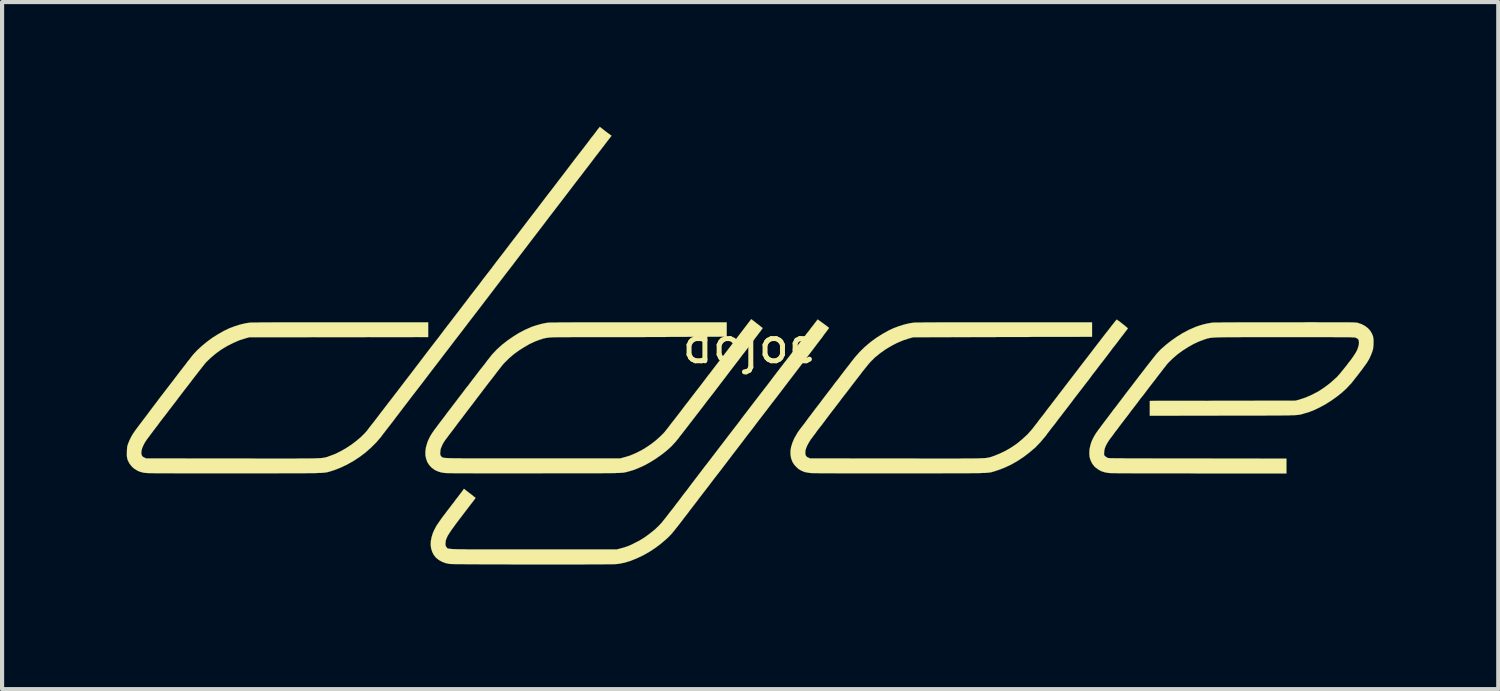
<source format=kicad_pcb>
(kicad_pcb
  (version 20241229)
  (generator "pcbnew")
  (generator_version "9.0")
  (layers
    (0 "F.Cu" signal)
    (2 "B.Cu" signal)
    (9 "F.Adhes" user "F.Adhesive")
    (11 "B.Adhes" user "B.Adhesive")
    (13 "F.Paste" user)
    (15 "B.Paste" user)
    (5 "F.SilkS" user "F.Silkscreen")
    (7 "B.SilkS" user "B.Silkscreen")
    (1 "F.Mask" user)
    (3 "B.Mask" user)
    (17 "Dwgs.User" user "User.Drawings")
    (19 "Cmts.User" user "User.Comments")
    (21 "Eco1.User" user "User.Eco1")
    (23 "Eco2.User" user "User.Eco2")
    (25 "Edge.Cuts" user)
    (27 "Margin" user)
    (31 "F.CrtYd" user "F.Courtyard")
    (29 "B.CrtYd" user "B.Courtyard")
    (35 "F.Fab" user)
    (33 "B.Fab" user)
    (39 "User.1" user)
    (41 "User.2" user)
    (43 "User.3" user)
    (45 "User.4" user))
  (footprint "dojoe"
    (layer "F.Cu")
    (at 14.997 5.267)
    (property "Reference" "dojoe" (at 0 0 0) (layer "F.SilkS") (effects (font (size 0.8 0.8) (thickness 0.12))))
    (attr exclude_from_pos_files exclude_from_bom)
    (fp_poly (pts (xy 1.902 -0.427) (xy 1.897 -0.419) (xy 1.882 -0.399) (xy 1.859 -0.366) (xy 1.826 -0.323) (xy 1.783 -0.267) (xy 1.735 -0.198) (xy 1.676 -0.122) (xy 1.61 -0.036) (xy 1.537 0.061) (xy 1.458 0.165) (xy 1.372 0.277) (xy 1.28 0.399) (xy 1.184 0.526) (xy 1.082 0.66) (xy 0.975 0.8) (xy 0.864 0.945) (xy 0.749 1.097) (xy 0.63 1.252) (xy 0.508 1.41) (xy 0.429 1.514) (xy 0.302 1.679) (xy 0.175 1.844) (xy 0.051 2.009) (xy -0.074 2.169) (xy -0.193 2.327) (xy -0.312 2.482) (xy -0.427 2.631) (xy -0.536 2.776) (xy -0.643 2.916) (xy -0.744 3.048) (xy -0.841 3.172) (xy -0.93 3.289) (xy -1.013 3.399) (xy -1.09 3.498) (xy -1.158 3.586) (xy -1.219 3.665) (xy -1.27 3.734) (xy -1.313 3.79) (xy -1.346 3.833) (xy -1.351 3.84) (xy -1.438 3.952) (xy -1.514 4.054) (xy -1.582 4.14) (xy -1.641 4.219) (xy -1.694 4.288) (xy -1.74 4.346) (xy -1.781 4.397) (xy -1.814 4.44) (xy -1.847 4.478) (xy -1.872 4.511) (xy -1.897 4.539) (xy -1.92 4.562) (xy -1.941 4.585) (xy -1.961 4.605) (xy -1.981 4.625) (xy -2.002 4.643) (xy -2.027 4.666) (xy -2.159 4.778) (xy -2.296 4.879) (xy -2.438 4.971) (xy -2.581 5.05) (xy -2.725 5.118) (xy -2.87 5.177) (xy -3.01 5.22) (xy -3.145 5.248) (xy -3.211 5.255) (xy -3.231 5.258) (xy -3.266 5.258) (xy -3.317 5.26) (xy -3.381 5.26) (xy -3.459 5.26) (xy -3.548 5.263) (xy -3.65 5.263) (xy -3.762 5.263) (xy -3.884 5.263) (xy -4.013 5.265) (xy -4.15 5.265) (xy -4.293 5.265) (xy -4.442 5.265) (xy -4.597 5.265) (xy -4.755 5.265) (xy -4.915 5.265) (xy -5.075 5.265) (xy -5.237 5.265) (xy -5.4 5.265) (xy -5.563 5.265) (xy -5.723 5.265) (xy -5.878 5.263) (xy -6.032 5.263) (xy -6.18 5.263) (xy -6.322 5.263) (xy -6.457 5.263) (xy -6.584 5.26) (xy -6.703 5.26) (xy -6.812 5.26) (xy -6.911 5.258) (xy -6.998 5.258) (xy -7.074 5.258) (xy -7.135 5.255) (xy -7.183 5.255) (xy -7.214 5.253) (xy -7.229 5.253) (xy -7.328 5.232) (xy -7.414 5.199) (xy -7.49 5.156) (xy -7.556 5.103) (xy -7.607 5.039) (xy -7.645 4.968) (xy -7.671 4.887) (xy -7.684 4.803) (xy -7.681 4.709) (xy -7.663 4.613) (xy -7.633 4.514) (xy -7.592 4.422) (xy -7.574 4.389) (xy -7.556 4.354) (xy -7.534 4.318) (xy -7.506 4.277) (xy -7.475 4.232) (xy -7.437 4.178) (xy -7.394 4.117) (xy -7.341 4.049) (xy -7.282 3.97) (xy -7.211 3.879) (xy -7.181 3.838) (xy -7.127 3.769) (xy -7.079 3.703) (xy -7.033 3.645) (xy -6.993 3.592) (xy -6.957 3.546) (xy -6.929 3.508) (xy -6.909 3.482) (xy -6.899 3.467) (xy -6.899 3.465) (xy -6.883 3.444) (xy -6.838 3.48) (xy -6.815 3.498) (xy -6.782 3.523) (xy -6.744 3.553) (xy -6.703 3.584) (xy -6.698 3.586) (xy -6.665 3.614) (xy -6.637 3.637) (xy -6.614 3.653) (xy -6.604 3.663) (xy -6.609 3.67) (xy -6.622 3.691) (xy -6.645 3.721) (xy -6.675 3.762) (xy -6.713 3.81) (xy -6.756 3.866) (xy -6.802 3.927) (xy -6.853 3.993) (xy -6.868 4.013) (xy -6.949 4.12) (xy -7.021 4.214) (xy -7.082 4.295) (xy -7.135 4.369) (xy -7.181 4.432) (xy -7.219 4.488) (xy -7.249 4.536) (xy -7.275 4.577) (xy -7.292 4.615) (xy -7.308 4.651) (xy -7.318 4.681) (xy -7.323 4.712) (xy -7.325 4.74) (xy -7.328 4.77) (xy -7.328 4.773) (xy -7.325 4.803) (xy -7.32 4.823) (xy -7.308 4.844) (xy -7.303 4.851) (xy -7.297 4.856) (xy -7.292 4.862) (xy -7.29 4.867) (xy -7.285 4.872) (xy -7.28 4.874) (xy -7.272 4.879) (xy -7.264 4.882) (xy -7.252 4.884) (xy -7.234 4.887) (xy -7.214 4.889) (xy -7.188 4.892) (xy -7.155 4.895) (xy -7.117 4.897) (xy -7.074 4.897) (xy -7.021 4.9) (xy -6.96 4.9) (xy -6.891 4.9) (xy -6.812 4.902) (xy -6.723 4.902) (xy -6.622 4.902) (xy -6.513 4.902) (xy -6.388 4.902) (xy -6.251 4.902) (xy -6.101 4.902) (xy -5.939 4.902) (xy -5.761 4.902) (xy -5.568 4.902) (xy -5.357 4.902) (xy -5.197 4.902) (xy -3.2 4.902) (xy -3.114 4.879) (xy -3.038 4.859) (xy -2.969 4.836) (xy -2.903 4.811) (xy -2.835 4.78) (xy -2.791 4.757) (xy -2.657 4.689) (xy -2.527 4.608) (xy -2.403 4.516) (xy -2.286 4.422) (xy -2.184 4.323) (xy -2.123 4.257) (xy -2.103 4.232) (xy -2.075 4.196) (xy -2.037 4.15) (xy -1.994 4.094) (xy -1.948 4.034) (xy -1.895 3.967) (xy -1.841 3.899) (xy -1.788 3.828) (xy -1.781 3.818) (xy -1.699 3.713) (xy -1.615 3.599) (xy -1.521 3.48) (xy -1.427 3.353) (xy -1.326 3.221) (xy -1.222 3.084) (xy -1.113 2.941) (xy -1.001 2.797) (xy -0.886 2.647) (xy -0.77 2.494) (xy -0.65 2.339) (xy -0.531 2.182) (xy -0.409 2.024) (xy -0.287 1.867) (xy -0.168 1.707) (xy -0.046 1.549) (xy 0.074 1.392) (xy 0.193 1.237) (xy 0.31 1.085) (xy 0.427 0.935) (xy 0.538 0.787) (xy 0.648 0.643) (xy 0.754 0.505) (xy 0.856 0.373) (xy 0.955 0.246) (xy 1.046 0.124) (xy 1.135 0.01) (xy 1.217 -0.097) (xy 1.293 -0.196) (xy 1.361 -0.287) (xy 1.425 -0.366) (xy 1.478 -0.437) (xy 1.527 -0.498) (xy 1.565 -0.549) (xy 1.595 -0.587) (xy 1.615 -0.615) (xy 1.626 -0.627) (xy 1.628 -0.63) (xy 1.636 -0.625) (xy 1.654 -0.612) (xy 1.681 -0.592) (xy 1.714 -0.569) (xy 1.753 -0.541) (xy 1.791 -0.513) (xy 1.829 -0.485) (xy 1.862 -0.46) (xy 1.887 -0.439) (xy 1.902 -0.427)) (stroke (width 0.003) (type solid)) (fill yes) (layer "F.SilkS"))
    (fp_poly (pts (xy 9.091 -0.414) (xy 9.086 -0.404) (xy 9.068 -0.381) (xy 9.042 -0.348) (xy 9.007 -0.302) (xy 8.964 -0.246) (xy 8.915 -0.183) (xy 8.86 -0.109) (xy 8.796 -0.025) (xy 8.727 0.061) (xy 8.656 0.157) (xy 8.58 0.257) (xy 8.499 0.363) (xy 8.415 0.47) (xy 8.331 0.582) (xy 8.242 0.696) (xy 8.156 0.813) (xy 8.067 0.927) (xy 7.978 1.044) (xy 7.889 1.158) (xy 7.803 1.27) (xy 7.719 1.382) (xy 7.638 1.488) (xy 7.559 1.59) (xy 7.485 1.687) (xy 7.414 1.778) (xy 7.351 1.864) (xy 7.29 1.941) (xy 7.236 2.009) (xy 7.191 2.07) (xy 7.153 2.118) (xy 7.125 2.159) (xy 7.102 2.187) (xy 7.092 2.202) (xy 7.089 2.202) (xy 6.982 2.329) (xy 6.861 2.454) (xy 6.726 2.568) (xy 6.584 2.677) (xy 6.434 2.776) (xy 6.281 2.863) (xy 6.124 2.936) (xy 5.969 2.995) (xy 5.921 3.01) (xy 5.9 3.018) (xy 5.883 3.023) (xy 5.865 3.028) (xy 5.85 3.033) (xy 5.832 3.038) (xy 5.817 3.043) (xy 5.799 3.045) (xy 5.781 3.051) (xy 5.758 3.053) (xy 5.733 3.056) (xy 5.705 3.058) (xy 5.672 3.061) (xy 5.634 3.063) (xy 5.591 3.063) (xy 5.54 3.066) (xy 5.481 3.068) (xy 5.415 3.068) (xy 5.342 3.068) (xy 5.258 3.071) (xy 5.166 3.071) (xy 5.062 3.071) (xy 4.948 3.071) (xy 4.821 3.071) (xy 4.684 3.071) (xy 4.531 3.073) (xy 4.366 3.073) (xy 4.186 3.073) (xy 3.99 3.073) (xy 3.78 3.073) (xy 3.586 3.073) (xy 3.355 3.073) (xy 3.137 3.073) (xy 2.939 3.073) (xy 2.753 3.073) (xy 2.583 3.073) (xy 2.428 3.073) (xy 2.286 3.073) (xy 2.156 3.073) (xy 2.04 3.071) (xy 1.935 3.071) (xy 1.844 3.071) (xy 1.76 3.071) (xy 1.689 3.071) (xy 1.628 3.068) (xy 1.577 3.068) (xy 1.534 3.068) (xy 1.499 3.066) (xy 1.471 3.066) (xy 1.45 3.063) (xy 1.438 3.063) (xy 1.435 3.063) (xy 1.379 3.053) (xy 1.331 3.045) (xy 1.293 3.033) (xy 1.252 3.015) (xy 1.224 3.002) (xy 1.166 2.967) (xy 1.113 2.918) (xy 1.064 2.865) (xy 1.029 2.809) (xy 1.024 2.804) (xy 0.991 2.718) (xy 0.975 2.631) (xy 0.973 2.537) (xy 0.988 2.441) (xy 1.019 2.339) (xy 1.064 2.233) (xy 1.128 2.121) (xy 1.153 2.08) (xy 1.163 2.065) (xy 1.184 2.037) (xy 1.214 1.996) (xy 1.252 1.946) (xy 1.298 1.887) (xy 1.349 1.819) (xy 1.405 1.742) (xy 1.468 1.661) (xy 1.534 1.572) (xy 1.603 1.481) (xy 1.676 1.387) (xy 1.75 1.288) (xy 1.824 1.191) (xy 1.9 1.092) (xy 1.976 0.993) (xy 2.047 0.897) (xy 2.121 0.805) (xy 2.189 0.714) (xy 2.253 0.63) (xy 2.314 0.551) (xy 2.37 0.48) (xy 2.418 0.417) (xy 2.461 0.361) (xy 2.497 0.315) (xy 2.522 0.284) (xy 2.631 0.16) (xy 2.756 0.036) (xy 2.891 -0.079) (xy 3.035 -0.185) (xy 3.188 -0.282) (xy 3.343 -0.368) (xy 3.447 -0.417) (xy 3.579 -0.467) (xy 3.711 -0.508) (xy 3.838 -0.538) (xy 3.945 -0.554) (xy 3.962 -0.554) (xy 3.998 -0.556) (xy 4.049 -0.556) (xy 4.115 -0.556) (xy 4.199 -0.559) (xy 4.298 -0.559) (xy 4.412 -0.559) (xy 4.544 -0.561) (xy 4.691 -0.561) (xy 4.856 -0.561) (xy 5.037 -0.561) (xy 5.232 -0.561) (xy 5.448 -0.561) (xy 5.679 -0.561) (xy 5.926 -0.561) (xy 6.132 -0.561) (xy 8.23 -0.561) (xy 8.23 -0.389) (xy 8.23 -0.213) (xy 7.633 -0.211) (xy 7.559 -0.211) (xy 7.468 -0.211) (xy 7.363 -0.211) (xy 7.247 -0.211) (xy 7.117 -0.211) (xy 6.977 -0.211) (xy 6.83 -0.211) (xy 6.675 -0.208) (xy 6.513 -0.208) (xy 6.345 -0.208) (xy 6.175 -0.208) (xy 5.999 -0.208) (xy 5.827 -0.206) (xy 5.652 -0.206) (xy 5.481 -0.206) (xy 5.479 -0.206) (xy 3.924 -0.201) (xy 3.825 -0.173) (xy 3.683 -0.127) (xy 3.538 -0.066) (xy 3.396 0.008) (xy 3.259 0.091) (xy 3.127 0.185) (xy 3.005 0.284) (xy 2.898 0.391) (xy 2.857 0.437) (xy 2.842 0.455) (xy 2.817 0.488) (xy 2.784 0.528) (xy 2.741 0.582) (xy 2.692 0.643) (xy 2.639 0.714) (xy 2.578 0.792) (xy 2.515 0.874) (xy 2.446 0.963) (xy 2.375 1.057) (xy 2.301 1.153) (xy 2.225 1.25) (xy 2.151 1.349) (xy 2.075 1.448) (xy 1.999 1.547) (xy 1.925 1.643) (xy 1.854 1.737) (xy 1.788 1.826) (xy 1.725 1.91) (xy 1.664 1.986) (xy 1.61 2.057) (xy 1.565 2.121) (xy 1.524 2.174) (xy 1.494 2.217) (xy 1.468 2.248) (xy 1.455 2.268) (xy 1.453 2.271) (xy 1.407 2.347) (xy 1.372 2.413) (xy 1.349 2.471) (xy 1.333 2.527) (xy 1.331 2.576) (xy 1.331 2.591) (xy 1.336 2.629) (xy 1.351 2.657) (xy 1.374 2.68) (xy 1.405 2.695) (xy 1.445 2.713) (xy 3.523 2.715) (xy 3.749 2.715) (xy 3.96 2.715) (xy 4.153 2.718) (xy 4.331 2.718) (xy 4.496 2.718) (xy 4.648 2.718) (xy 4.785 2.718) (xy 4.91 2.718) (xy 5.024 2.718) (xy 5.126 2.715) (xy 5.217 2.715) (xy 5.301 2.715) (xy 5.375 2.715) (xy 5.438 2.713) (xy 5.497 2.713) (xy 5.545 2.71) (xy 5.588 2.708) (xy 5.626 2.708) (xy 5.659 2.705) (xy 5.687 2.703) (xy 5.71 2.697) (xy 5.733 2.695) (xy 5.751 2.692) (xy 5.766 2.687) (xy 5.784 2.682) (xy 5.796 2.68) (xy 5.812 2.675) (xy 5.829 2.667) (xy 5.847 2.662) (xy 5.86 2.657) (xy 6.002 2.601) (xy 6.147 2.532) (xy 6.289 2.449) (xy 6.426 2.355) (xy 6.553 2.25) (xy 6.673 2.139) (xy 6.777 2.024) (xy 6.795 2.002) (xy 6.807 1.986) (xy 6.83 1.956) (xy 6.863 1.913) (xy 6.904 1.862) (xy 6.952 1.796) (xy 7.01 1.722) (xy 7.074 1.641) (xy 7.142 1.549) (xy 7.219 1.45) (xy 7.3 1.344) (xy 7.386 1.232) (xy 7.475 1.115) (xy 7.569 0.993) (xy 7.666 0.866) (xy 7.765 0.737) (xy 7.844 0.635) (xy 7.968 0.472) (xy 8.087 0.318) (xy 8.197 0.175) (xy 8.298 0.043) (xy 8.392 -0.079) (xy 8.476 -0.188) (xy 8.552 -0.287) (xy 8.621 -0.373) (xy 8.677 -0.447) (xy 8.725 -0.508) (xy 8.766 -0.559) (xy 8.793 -0.594) (xy 8.814 -0.617) (xy 8.824 -0.627) (xy 8.837 -0.62) (xy 8.86 -0.602) (xy 8.89 -0.582) (xy 8.926 -0.554) (xy 8.961 -0.526) (xy 8.997 -0.498) (xy 9.032 -0.47) (xy 9.06 -0.445) (xy 9.081 -0.427) (xy 9.091 -0.417) (xy 9.091 -0.414)) (stroke (width 0.003) (type solid)) (fill yes) (layer "F.SilkS"))
    (fp_poly (pts (xy 0.305 -0.422) (xy 0.3 -0.414) (xy 0.284 -0.394) (xy 0.262 -0.361) (xy 0.229 -0.318) (xy 0.188 -0.264) (xy 0.14 -0.201) (xy 0.086 -0.13) (xy 0.025 -0.048) (xy -0.043 0.041) (xy -0.114 0.135) (xy -0.191 0.234) (xy -0.269 0.338) (xy -0.353 0.447) (xy -0.439 0.559) (xy -0.526 0.673) (xy -0.615 0.79) (xy -0.706 0.909) (xy -0.795 1.026) (xy -0.886 1.146) (xy -0.975 1.26) (xy -1.064 1.374) (xy -1.148 1.486) (xy -1.232 1.595) (xy -1.311 1.697) (xy -1.387 1.796) (xy -1.458 1.887) (xy -1.524 1.974) (xy -1.585 2.052) (xy -1.638 2.121) (xy -1.687 2.182) (xy -1.725 2.233) (xy -1.758 2.273) (xy -1.781 2.301) (xy -1.793 2.319) (xy -1.796 2.319) (xy -1.892 2.423) (xy -2.004 2.525) (xy -2.126 2.621) (xy -2.256 2.713) (xy -2.39 2.797) (xy -2.525 2.873) (xy -2.662 2.936) (xy -2.794 2.99) (xy -2.913 3.025) (xy -2.931 3.03) (xy -2.949 3.035) (xy -2.964 3.038) (xy -2.977 3.043) (xy -2.992 3.045) (xy -3.007 3.048) (xy -3.025 3.053) (xy -3.045 3.056) (xy -3.068 3.058) (xy -3.094 3.058) (xy -3.122 3.061) (xy -3.157 3.063) (xy -3.198 3.063) (xy -3.244 3.066) (xy -3.297 3.066) (xy -3.358 3.068) (xy -3.426 3.068) (xy -3.505 3.068) (xy -3.592 3.071) (xy -3.688 3.071) (xy -3.797 3.071) (xy -3.917 3.071) (xy -4.049 3.071) (xy -4.194 3.071) (xy -4.351 3.071) (xy -4.524 3.071) (xy -4.712 3.071) (xy -4.915 3.071) (xy -5.133 3.073) (xy -5.192 3.073) (xy -5.423 3.073) (xy -5.634 3.073) (xy -5.832 3.073) (xy -6.012 3.073) (xy -6.18 3.073) (xy -6.332 3.073) (xy -6.472 3.073) (xy -6.596 3.073) (xy -6.711 3.071) (xy -6.815 3.071) (xy -6.906 3.071) (xy -6.988 3.071) (xy -7.059 3.071) (xy -7.12 3.071) (xy -7.173 3.068) (xy -7.219 3.068) (xy -7.259 3.068) (xy -7.29 3.066) (xy -7.315 3.066) (xy -7.336 3.063) (xy -7.351 3.063) (xy -7.358 3.063) (xy -7.44 3.048) (xy -7.513 3.025) (xy -7.577 2.995) (xy -7.592 2.987) (xy -7.663 2.934) (xy -7.719 2.873) (xy -7.765 2.802) (xy -7.793 2.723) (xy -7.811 2.637) (xy -7.811 2.545) (xy -7.798 2.449) (xy -7.775 2.367) (xy -7.755 2.304) (xy -7.729 2.248) (xy -7.704 2.195) (xy -7.671 2.139) (xy -7.633 2.08) (xy -7.617 2.06) (xy -7.595 2.027) (xy -7.562 1.984) (xy -7.521 1.928) (xy -7.473 1.864) (xy -7.419 1.793) (xy -7.358 1.714) (xy -7.295 1.628) (xy -7.226 1.539) (xy -7.153 1.443) (xy -7.079 1.346) (xy -7.003 1.245) (xy -6.924 1.143) (xy -6.848 1.041) (xy -6.769 0.942) (xy -6.695 0.843) (xy -6.622 0.749) (xy -6.553 0.658) (xy -6.487 0.572) (xy -6.424 0.493) (xy -6.368 0.422) (xy -6.32 0.356) (xy -6.276 0.302) (xy -6.241 0.257) (xy -6.215 0.224) (xy -6.198 0.203) (xy -6.195 0.201) (xy -6.091 0.091) (xy -5.974 -0.015) (xy -5.845 -0.117) (xy -5.707 -0.213) (xy -5.565 -0.302) (xy -5.42 -0.378) (xy -5.276 -0.442) (xy -5.245 -0.455) (xy -5.159 -0.483) (xy -5.065 -0.511) (xy -4.976 -0.533) (xy -4.889 -0.549) (xy -4.846 -0.554) (xy -4.826 -0.554) (xy -4.79 -0.556) (xy -4.74 -0.556) (xy -4.669 -0.556) (xy -4.582 -0.559) (xy -4.481 -0.559) (xy -4.359 -0.559) (xy -4.224 -0.561) (xy -4.072 -0.561) (xy -3.901 -0.561) (xy -3.716 -0.561) (xy -3.515 -0.561) (xy -3.299 -0.561) (xy -3.066 -0.561) (xy -2.814 -0.561) (xy -2.662 -0.561) (xy -0.561 -0.561) (xy -0.561 -0.389) (xy -0.561 -0.216) (xy -1.732 -0.211) (xy -1.895 -0.211) (xy -2.065 -0.208) (xy -2.245 -0.208) (xy -2.431 -0.208) (xy -2.616 -0.206) (xy -2.804 -0.206) (xy -2.99 -0.206) (xy -3.172 -0.206) (xy -3.345 -0.206) (xy -3.513 -0.206) (xy -3.665 -0.206) (xy -3.805 -0.206) (xy -3.848 -0.206) (xy -4 -0.206) (xy -4.138 -0.206) (xy -4.26 -0.206) (xy -4.369 -0.203) (xy -4.463 -0.203) (xy -4.547 -0.203) (xy -4.62 -0.203) (xy -4.684 -0.201) (xy -4.737 -0.201) (xy -4.783 -0.198) (xy -4.823 -0.196) (xy -4.859 -0.191) (xy -4.889 -0.188) (xy -4.917 -0.183) (xy -4.94 -0.178) (xy -4.963 -0.173) (xy -4.986 -0.168) (xy -5.011 -0.157) (xy -5.037 -0.15) (xy -5.055 -0.145) (xy -5.182 -0.097) (xy -5.311 -0.036) (xy -5.438 0.038) (xy -5.565 0.119) (xy -5.687 0.208) (xy -5.796 0.302) (xy -5.895 0.399) (xy -5.944 0.452) (xy -5.961 0.472) (xy -5.987 0.505) (xy -6.02 0.549) (xy -6.063 0.602) (xy -6.111 0.665) (xy -6.165 0.737) (xy -6.226 0.815) (xy -6.292 0.899) (xy -6.36 0.988) (xy -6.431 1.082) (xy -6.505 1.179) (xy -6.581 1.278) (xy -6.655 1.377) (xy -6.731 1.476) (xy -6.807 1.575) (xy -6.878 1.669) (xy -6.949 1.763) (xy -7.018 1.852) (xy -7.079 1.935) (xy -7.137 2.012) (xy -7.191 2.083) (xy -7.239 2.144) (xy -7.277 2.197) (xy -7.308 2.238) (xy -7.33 2.268) (xy -7.343 2.286) (xy -7.346 2.289) (xy -7.391 2.362) (xy -7.422 2.431) (xy -7.445 2.492) (xy -7.452 2.548) (xy -7.452 2.55) (xy -7.455 2.593) (xy -7.452 2.624) (xy -7.442 2.649) (xy -7.427 2.667) (xy -7.424 2.67) (xy -7.419 2.675) (xy -7.414 2.68) (xy -7.412 2.682) (xy -7.407 2.687) (xy -7.399 2.69) (xy -7.391 2.692) (xy -7.381 2.695) (xy -7.366 2.697) (xy -7.348 2.7) (xy -7.325 2.703) (xy -7.297 2.705) (xy -7.264 2.705) (xy -7.224 2.708) (xy -7.178 2.708) (xy -7.122 2.71) (xy -7.059 2.71) (xy -6.988 2.71) (xy -6.906 2.713) (xy -6.815 2.713) (xy -6.713 2.713) (xy -6.599 2.713) (xy -6.472 2.713) (xy -6.335 2.713) (xy -6.182 2.713) (xy -6.017 2.713) (xy -5.837 2.713) (xy -5.641 2.713) (xy -5.431 2.713) (xy -5.222 2.713) (xy -3.122 2.713) (xy -3.038 2.69) (xy -2.957 2.667) (xy -2.885 2.644) (xy -2.814 2.614) (xy -2.736 2.581) (xy -2.723 2.573) (xy -2.606 2.515) (xy -2.489 2.443) (xy -2.375 2.365) (xy -2.266 2.281) (xy -2.167 2.192) (xy -2.08 2.106) (xy -2.062 2.085) (xy -2.05 2.073) (xy -2.029 2.045) (xy -1.999 2.007) (xy -1.958 1.956) (xy -1.913 1.895) (xy -1.857 1.824) (xy -1.793 1.742) (xy -1.725 1.654) (xy -1.648 1.554) (xy -1.57 1.45) (xy -1.483 1.339) (xy -1.394 1.222) (xy -1.3 1.1) (xy -1.201 0.973) (xy -1.102 0.843) (xy -1.001 0.709) (xy -0.983 0.688) (xy 0.03 -0.638) (xy 0.165 -0.533) (xy 0.208 -0.5) (xy 0.244 -0.472) (xy 0.274 -0.447) (xy 0.295 -0.432) (xy 0.305 -0.422)) (stroke (width 0.003) (type solid)) (fill yes) (layer "F.SilkS"))
    (fp_poly (pts (xy 15.004 -0.061) (xy 15.001 0.003) (xy 14.994 0.064) (xy 14.989 0.094) (xy 14.966 0.165) (xy 14.935 0.241) (xy 14.9 0.318) (xy 14.859 0.386) (xy 14.859 0.389) (xy 14.836 0.422) (xy 14.806 0.465) (xy 14.768 0.516) (xy 14.727 0.574) (xy 14.679 0.635) (xy 14.633 0.696) (xy 14.585 0.757) (xy 14.539 0.815) (xy 14.498 0.869) (xy 14.463 0.912) (xy 14.442 0.932) (xy 14.348 1.034) (xy 14.239 1.133) (xy 14.12 1.227) (xy 13.993 1.318) (xy 13.861 1.402) (xy 13.726 1.476) (xy 13.592 1.542) (xy 13.459 1.595) (xy 13.332 1.633) (xy 13.325 1.636) (xy 13.307 1.641) (xy 13.289 1.646) (xy 13.271 1.651) (xy 13.256 1.656) (xy 13.238 1.659) (xy 13.223 1.661) (xy 13.203 1.664) (xy 13.183 1.666) (xy 13.157 1.669) (xy 13.129 1.671) (xy 13.096 1.674) (xy 13.056 1.676) (xy 13.012 1.676) (xy 12.962 1.679) (xy 12.901 1.679) (xy 12.835 1.679) (xy 12.758 1.681) (xy 12.672 1.681) (xy 12.573 1.681) (xy 12.466 1.681) (xy 12.344 1.684) (xy 12.212 1.684) (xy 12.065 1.684) (xy 11.905 1.684) (xy 11.73 1.684) (xy 11.537 1.684) (xy 11.372 1.684) (xy 9.619 1.687) (xy 9.619 1.509) (xy 9.619 1.328) (xy 11.372 1.326) (xy 13.127 1.323) (xy 13.205 1.303) (xy 13.365 1.25) (xy 13.523 1.181) (xy 13.678 1.1) (xy 13.825 1.003) (xy 13.965 0.897) (xy 14.094 0.78) (xy 14.115 0.762) (xy 14.148 0.726) (xy 14.191 0.678) (xy 14.239 0.62) (xy 14.29 0.556) (xy 14.346 0.488) (xy 14.399 0.417) (xy 14.453 0.348) (xy 14.503 0.279) (xy 14.516 0.259) (xy 14.569 0.18) (xy 14.61 0.104) (xy 14.635 0.03) (xy 14.651 -0.033) (xy 14.653 -0.084) (xy 14.648 -0.122) (xy 14.635 -0.152) (xy 14.61 -0.173) (xy 14.58 -0.188) (xy 14.577 -0.191) (xy 14.569 -0.193) (xy 14.564 -0.193) (xy 14.554 -0.196) (xy 14.541 -0.198) (xy 14.524 -0.198) (xy 14.503 -0.198) (xy 14.478 -0.201) (xy 14.445 -0.201) (xy 14.407 -0.203) (xy 14.361 -0.203) (xy 14.308 -0.203) (xy 14.244 -0.203) (xy 14.171 -0.203) (xy 14.089 -0.203) (xy 13.995 -0.206) (xy 13.891 -0.206) (xy 13.772 -0.206) (xy 13.642 -0.206) (xy 13.498 -0.206) (xy 13.34 -0.206) (xy 13.165 -0.206) (xy 12.974 -0.206) (xy 12.865 -0.206) (xy 12.659 -0.206) (xy 12.474 -0.206) (xy 12.301 -0.206) (xy 12.146 -0.206) (xy 12.002 -0.206) (xy 11.872 -0.206) (xy 11.755 -0.203) (xy 11.651 -0.203) (xy 11.557 -0.203) (xy 11.473 -0.203) (xy 11.4 -0.201) (xy 11.333 -0.201) (xy 11.278 -0.198) (xy 11.227 -0.198) (xy 11.184 -0.196) (xy 11.148 -0.193) (xy 11.115 -0.191) (xy 11.087 -0.188) (xy 11.062 -0.185) (xy 11.041 -0.18) (xy 11.024 -0.175) (xy 11.006 -0.173) (xy 10.988 -0.168) (xy 10.97 -0.16) (xy 10.952 -0.155) (xy 10.932 -0.147) (xy 10.922 -0.145) (xy 10.795 -0.097) (xy 10.665 -0.036) (xy 10.536 0.038) (xy 10.409 0.119) (xy 10.287 0.208) (xy 10.175 0.305) (xy 10.076 0.401) (xy 10.03 0.452) (xy 10.015 0.472) (xy 9.99 0.505) (xy 9.954 0.549) (xy 9.914 0.602) (xy 9.865 0.665) (xy 9.809 0.737) (xy 9.751 0.815) (xy 9.685 0.899) (xy 9.616 0.988) (xy 9.545 1.082) (xy 9.472 1.179) (xy 9.395 1.275) (xy 9.322 1.374) (xy 9.246 1.473) (xy 9.169 1.572) (xy 9.098 1.669) (xy 9.027 1.76) (xy 8.959 1.849) (xy 8.895 1.933) (xy 8.837 2.012) (xy 8.783 2.08) (xy 8.738 2.144) (xy 8.7 2.195) (xy 8.666 2.238) (xy 8.646 2.268) (xy 8.631 2.286) (xy 8.631 2.289) (xy 8.59 2.355) (xy 8.56 2.413) (xy 8.539 2.466) (xy 8.527 2.517) (xy 8.522 2.563) (xy 8.519 2.631) (xy 8.547 2.662) (xy 8.572 2.682) (xy 8.603 2.697) (xy 8.611 2.703) (xy 8.616 2.703) (xy 8.628 2.705) (xy 8.644 2.705) (xy 8.666 2.708) (xy 8.697 2.708) (xy 8.733 2.708) (xy 8.778 2.71) (xy 8.832 2.71) (xy 8.893 2.71) (xy 8.964 2.71) (xy 9.045 2.713) (xy 9.139 2.713) (xy 9.243 2.713) (xy 9.357 2.713) (xy 9.487 2.713) (xy 9.627 2.713) (xy 9.782 2.715) (xy 9.952 2.715) (xy 10.135 2.715) (xy 10.333 2.715) (xy 10.549 2.715) (xy 10.777 2.715) (xy 12.908 2.718) (xy 12.908 2.896) (xy 12.908 3.076) (xy 10.805 3.076) (xy 10.574 3.073) (xy 10.361 3.073) (xy 10.163 3.073) (xy 9.98 3.073) (xy 9.809 3.073) (xy 9.655 3.073) (xy 9.515 3.073) (xy 9.385 3.073) (xy 9.268 3.073) (xy 9.167 3.071) (xy 9.073 3.071) (xy 8.989 3.071) (xy 8.918 3.071) (xy 8.854 3.071) (xy 8.799 3.068) (xy 8.753 3.068) (xy 8.715 3.068) (xy 8.682 3.066) (xy 8.656 3.066) (xy 8.639 3.063) (xy 8.623 3.063) (xy 8.618 3.063) (xy 8.527 3.045) (xy 8.445 3.018) (xy 8.377 2.979) (xy 8.313 2.931) (xy 8.288 2.908) (xy 8.235 2.84) (xy 8.197 2.764) (xy 8.171 2.68) (xy 8.164 2.591) (xy 8.169 2.494) (xy 8.191 2.395) (xy 8.209 2.334) (xy 8.232 2.276) (xy 8.258 2.223) (xy 8.288 2.167) (xy 8.326 2.106) (xy 8.344 2.08) (xy 8.359 2.06) (xy 8.382 2.027) (xy 8.415 1.984) (xy 8.456 1.928) (xy 8.504 1.864) (xy 8.557 1.793) (xy 8.618 1.714) (xy 8.682 1.628) (xy 8.75 1.537) (xy 8.824 1.443) (xy 8.898 1.344) (xy 8.974 1.245) (xy 9.05 1.143) (xy 9.129 1.041) (xy 9.205 0.942) (xy 9.281 0.843) (xy 9.352 0.749) (xy 9.423 0.658) (xy 9.489 0.572) (xy 9.55 0.493) (xy 9.606 0.422) (xy 9.657 0.356) (xy 9.7 0.302) (xy 9.736 0.257) (xy 9.761 0.224) (xy 9.779 0.203) (xy 9.779 0.201) (xy 9.883 0.091) (xy 10.003 -0.015) (xy 10.132 -0.117) (xy 10.269 -0.213) (xy 10.411 -0.302) (xy 10.556 -0.378) (xy 10.701 -0.442) (xy 10.732 -0.455) (xy 10.815 -0.483) (xy 10.907 -0.511) (xy 10.996 -0.531) (xy 11.079 -0.546) (xy 11.128 -0.554) (xy 11.146 -0.554) (xy 11.184 -0.556) (xy 11.234 -0.556) (xy 11.303 -0.556) (xy 11.387 -0.559) (xy 11.486 -0.559) (xy 11.6 -0.559) (xy 11.727 -0.561) (xy 11.872 -0.561) (xy 12.029 -0.561) (xy 12.2 -0.561) (xy 12.383 -0.561) (xy 12.578 -0.561) (xy 12.786 -0.561) (xy 12.888 -0.561) (xy 13.086 -0.561) (xy 13.269 -0.561) (xy 13.437 -0.564) (xy 13.586 -0.564) (xy 13.726 -0.561) (xy 13.851 -0.561) (xy 13.962 -0.561) (xy 14.061 -0.561) (xy 14.15 -0.561) (xy 14.229 -0.561) (xy 14.298 -0.561) (xy 14.356 -0.561) (xy 14.407 -0.561) (xy 14.453 -0.559) (xy 14.488 -0.559) (xy 14.519 -0.559) (xy 14.544 -0.556) (xy 14.564 -0.556) (xy 14.582 -0.554) (xy 14.595 -0.554) (xy 14.608 -0.551) (xy 14.615 -0.549) (xy 14.625 -0.549) (xy 14.63 -0.546) (xy 14.719 -0.516) (xy 14.801 -0.472) (xy 14.869 -0.419) (xy 14.925 -0.358) (xy 14.966 -0.287) (xy 14.989 -0.231) (xy 14.999 -0.185) (xy 15.004 -0.127) (xy 15.004 -0.061)) (stroke (width 0.003) (type solid)) (fill yes) (layer "F.SilkS"))
    (fp_poly (pts (xy -3.332 -5.05) (xy -3.386 -4.981) (xy -3.393 -4.971) (xy -3.414 -4.945) (xy -3.442 -4.91) (xy -3.48 -4.859) (xy -3.526 -4.798) (xy -3.581 -4.727) (xy -3.645 -4.643) (xy -3.719 -4.549) (xy -3.797 -4.445) (xy -3.886 -4.328) (xy -3.98 -4.206) (xy -4.082 -4.072) (xy -4.191 -3.932) (xy -4.305 -3.782) (xy -4.425 -3.625) (xy -4.552 -3.459) (xy -4.684 -3.287) (xy -4.821 -3.109) (xy -4.961 -2.924) (xy -5.108 -2.733) (xy -5.258 -2.537) (xy -5.41 -2.337) (xy -5.568 -2.131) (xy -5.728 -1.92) (xy -5.893 -1.707) (xy -6.058 -1.491) (xy -6.126 -1.402) (xy -6.292 -1.184) (xy -6.457 -0.968) (xy -6.619 -0.757) (xy -6.779 -0.549) (xy -6.934 -0.345) (xy -7.087 -0.147) (xy -7.234 0.046) (xy -7.379 0.234) (xy -7.518 0.417) (xy -7.653 0.592) (xy -7.78 0.759) (xy -7.904 0.922) (xy -8.024 1.077) (xy -8.136 1.222) (xy -8.24 1.359) (xy -8.339 1.488) (xy -8.43 1.608) (xy -8.514 1.717) (xy -8.59 1.819) (xy -8.659 1.908) (xy -8.72 1.986) (xy -8.771 2.052) (xy -8.814 2.108) (xy -8.847 2.151) (xy -8.87 2.182) (xy -8.882 2.2) (xy -8.885 2.202) (xy -8.994 2.329) (xy -9.116 2.451) (xy -9.248 2.568) (xy -9.39 2.675) (xy -9.54 2.774) (xy -9.693 2.86) (xy -9.848 2.934) (xy -10.003 2.995) (xy -10.053 3.01) (xy -10.074 3.018) (xy -10.094 3.023) (xy -10.109 3.028) (xy -10.127 3.033) (xy -10.142 3.038) (xy -10.16 3.043) (xy -10.175 3.045) (xy -10.196 3.051) (xy -10.218 3.053) (xy -10.241 3.056) (xy -10.272 3.058) (xy -10.305 3.061) (xy -10.343 3.063) (xy -10.386 3.063) (xy -10.437 3.066) (xy -10.495 3.068) (xy -10.559 3.068) (xy -10.632 3.068) (xy -10.716 3.071) (xy -10.81 3.071) (xy -10.912 3.071) (xy -11.026 3.071) (xy -11.153 3.071) (xy -11.293 3.071) (xy -11.443 3.073) (xy -11.61 3.073) (xy -11.791 3.073) (xy -11.984 3.073) (xy -12.197 3.073) (xy -12.388 3.073) (xy -12.616 3.073) (xy -12.83 3.073) (xy -13.025 3.073) (xy -13.208 3.073) (xy -13.373 3.073) (xy -13.525 3.073) (xy -13.665 3.073) (xy -13.792 3.073) (xy -13.906 3.071) (xy -14.008 3.071) (xy -14.1 3.071) (xy -14.181 3.071) (xy -14.252 3.071) (xy -14.313 3.071) (xy -14.366 3.068) (xy -14.412 3.068) (xy -14.45 3.068) (xy -14.483 3.066) (xy -14.506 3.066) (xy -14.526 3.063) (xy -14.541 3.063) (xy -14.547 3.063) (xy -14.6 3.056) (xy -14.638 3.045) (xy -14.674 3.035) (xy -14.709 3.023) (xy -14.75 3.002) (xy -14.821 2.959) (xy -14.882 2.901) (xy -14.933 2.835) (xy -14.971 2.761) (xy -14.981 2.733) (xy -14.986 2.708) (xy -14.991 2.682) (xy -14.994 2.654) (xy -14.996 2.619) (xy -14.994 2.573) (xy -14.994 2.553) (xy -14.991 2.502) (xy -14.989 2.461) (xy -14.986 2.431) (xy -14.978 2.4) (xy -14.968 2.37) (xy -14.966 2.365) (xy -14.935 2.286) (xy -14.897 2.207) (xy -14.851 2.126) (xy -14.816 2.075) (xy -14.803 2.057) (xy -14.783 2.027) (xy -14.75 1.984) (xy -14.712 1.933) (xy -14.666 1.872) (xy -14.613 1.801) (xy -14.554 1.725) (xy -14.491 1.641) (xy -14.425 1.552) (xy -14.354 1.458) (xy -14.28 1.361) (xy -14.206 1.262) (xy -14.13 1.163) (xy -14.054 1.064) (xy -13.978 0.965) (xy -13.901 0.866) (xy -13.83 0.772) (xy -13.762 0.683) (xy -13.696 0.597) (xy -13.635 0.518) (xy -13.579 0.447) (xy -13.531 0.381) (xy -13.487 0.328) (xy -13.452 0.282) (xy -13.424 0.246) (xy -13.406 0.226) (xy -13.404 0.221) (xy -13.305 0.114) (xy -13.19 0.008) (xy -13.066 -0.094) (xy -12.934 -0.191) (xy -12.797 -0.277) (xy -12.657 -0.356) (xy -12.53 -0.417) (xy -12.398 -0.467) (xy -12.266 -0.508) (xy -12.139 -0.538) (xy -12.032 -0.554) (xy -12.012 -0.554) (xy -11.979 -0.556) (xy -11.928 -0.556) (xy -11.859 -0.556) (xy -11.778 -0.559) (xy -11.679 -0.559) (xy -11.565 -0.559) (xy -11.433 -0.561) (xy -11.285 -0.561) (xy -11.12 -0.561) (xy -10.94 -0.561) (xy -10.742 -0.561) (xy -10.528 -0.561) (xy -10.297 -0.561) (xy -10.048 -0.561) (xy -9.845 -0.561) (xy -7.744 -0.561) (xy -7.744 -0.384) (xy -7.744 -0.206) (xy -9.898 -0.203) (xy -12.052 -0.201) (xy -12.149 -0.173) (xy -12.294 -0.127) (xy -12.438 -0.064) (xy -12.583 0.01) (xy -12.723 0.094) (xy -12.852 0.188) (xy -12.974 0.29) (xy -13.084 0.396) (xy -13.119 0.437) (xy -13.134 0.455) (xy -13.157 0.485) (xy -13.19 0.526) (xy -13.231 0.579) (xy -13.279 0.64) (xy -13.332 0.709) (xy -13.393 0.787) (xy -13.457 0.871) (xy -13.525 0.96) (xy -13.597 1.052) (xy -13.67 1.148) (xy -13.746 1.247) (xy -13.82 1.346) (xy -13.896 1.445) (xy -13.973 1.544) (xy -14.046 1.641) (xy -14.117 1.732) (xy -14.186 1.821) (xy -14.249 1.908) (xy -14.308 1.984) (xy -14.361 2.055) (xy -14.409 2.118) (xy -14.448 2.172) (xy -14.481 2.215) (xy -14.503 2.245) (xy -14.519 2.266) (xy -14.569 2.344) (xy -14.605 2.416) (xy -14.63 2.479) (xy -14.643 2.537) (xy -14.646 2.591) (xy -14.638 2.629) (xy -14.625 2.657) (xy -14.6 2.68) (xy -14.569 2.695) (xy -14.531 2.713) (xy -12.454 2.715) (xy -12.228 2.715) (xy -12.017 2.715) (xy -11.824 2.718) (xy -11.643 2.718) (xy -11.478 2.718) (xy -11.328 2.718) (xy -11.191 2.718) (xy -11.067 2.718) (xy -10.952 2.718) (xy -10.848 2.715) (xy -10.757 2.715) (xy -10.676 2.715) (xy -10.602 2.715) (xy -10.538 2.713) (xy -10.48 2.713) (xy -10.429 2.71) (xy -10.386 2.708) (xy -10.351 2.708) (xy -10.317 2.705) (xy -10.29 2.703) (xy -10.264 2.697) (xy -10.244 2.695) (xy -10.226 2.692) (xy -10.208 2.687) (xy -10.193 2.682) (xy -10.178 2.68) (xy -10.163 2.675) (xy -10.147 2.667) (xy -10.13 2.662) (xy -10.117 2.657) (xy -9.987 2.609) (xy -9.858 2.545) (xy -9.726 2.471) (xy -9.599 2.388) (xy -9.477 2.296) (xy -9.365 2.202) (xy -9.266 2.103) (xy -9.215 2.045) (xy -9.207 2.035) (xy -9.19 2.012) (xy -9.162 1.974) (xy -9.124 1.925) (xy -9.075 1.864) (xy -9.02 1.793) (xy -8.956 1.709) (xy -8.885 1.615) (xy -8.804 1.511) (xy -8.717 1.397) (xy -8.621 1.273) (xy -8.519 1.14) (xy -8.41 0.998) (xy -8.296 0.848) (xy -8.174 0.691) (xy -8.049 0.526) (xy -7.917 0.353) (xy -7.78 0.173) (xy -7.638 -0.013) (xy -7.49 -0.203) (xy -7.341 -0.401) (xy -7.186 -0.602) (xy -7.028 -0.808) (xy -6.866 -1.019) (xy -6.703 -1.234) (xy -6.535 -1.45) (xy -6.421 -1.603) (xy -6.251 -1.821) (xy -6.086 -2.04) (xy -5.923 -2.25) (xy -5.763 -2.461) (xy -5.606 -2.664) (xy -5.453 -2.865) (xy -5.306 -3.058) (xy -5.161 -3.246) (xy -5.022 -3.429) (xy -4.887 -3.607) (xy -4.757 -3.774) (xy -4.633 -3.937) (xy -4.514 -4.092) (xy -4.402 -4.239) (xy -4.298 -4.376) (xy -4.199 -4.506) (xy -4.107 -4.625) (xy -4.021 -4.735) (xy -3.945 -4.834) (xy -3.876 -4.925) (xy -3.818 -5.004) (xy -3.764 -5.07) (xy -3.721 -5.126) (xy -3.688 -5.171) (xy -3.665 -5.202) (xy -3.65 -5.22) (xy -3.647 -5.225) (xy -3.614 -5.265) (xy -3.475 -5.156) (xy -3.332 -5.05)) (stroke (width 0.003) (type solid)) (fill yes) (layer "F.SilkS")))
  (gr_rect
    (start -3 -3)
    (end 33.002 13.533)
    (stroke (width 0.1) (type default))
    (fill no)
    (layer "Edge.Cuts")))
</source>
